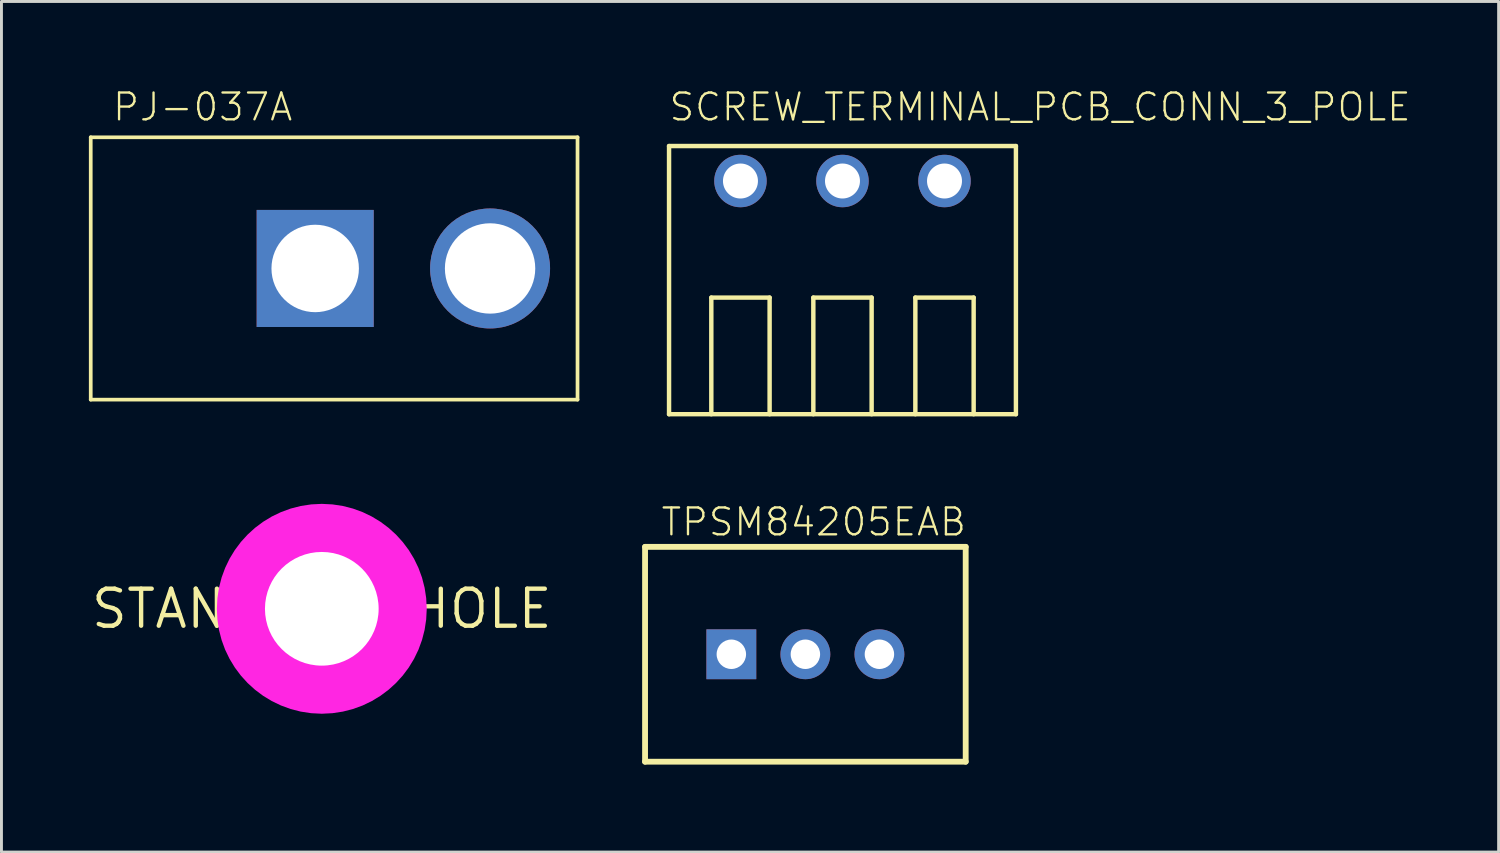
<source format=kicad_pcb>
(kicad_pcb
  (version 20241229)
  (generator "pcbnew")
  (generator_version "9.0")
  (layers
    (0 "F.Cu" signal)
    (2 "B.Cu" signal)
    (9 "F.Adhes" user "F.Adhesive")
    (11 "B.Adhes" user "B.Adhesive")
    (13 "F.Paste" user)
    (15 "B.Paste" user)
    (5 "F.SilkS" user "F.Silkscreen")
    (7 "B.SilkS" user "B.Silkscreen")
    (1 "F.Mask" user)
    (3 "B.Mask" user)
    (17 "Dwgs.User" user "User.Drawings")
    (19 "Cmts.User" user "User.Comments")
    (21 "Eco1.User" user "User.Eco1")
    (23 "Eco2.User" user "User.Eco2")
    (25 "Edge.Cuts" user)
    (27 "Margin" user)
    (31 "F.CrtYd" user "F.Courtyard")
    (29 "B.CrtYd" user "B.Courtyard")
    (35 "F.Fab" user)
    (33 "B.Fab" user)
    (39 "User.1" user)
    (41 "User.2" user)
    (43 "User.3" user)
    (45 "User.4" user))
  (footprint "TPSM84205EAB"
    (layer "F.Cu")
    (at 24.58 19.396)
    (property "Reference" "TPSM84205EAB" (at -5 -4 0) (layer "F.SilkS") (effects (font (size 0.92 0.92) (thickness 0.08)) (justify left bottom)))
    (fp_line (start -5.5 -3.685) (end -5.5 3.685) (stroke (width 0.2) (type solid)) (layer "F.SilkS"))
    (fp_line (start -5.5 -3.685) (end 5.5 -3.685) (stroke (width 0.2) (type solid)) (layer "F.SilkS"))
    (fp_line (start -5.5 3.685) (end 5.5 3.685) (stroke (width 0.2) (type solid)) (layer "F.SilkS"))
    (fp_line (start 5.5 -3.685) (end 5.5 3.685) (stroke (width 0.2) (type solid)) (layer "F.SilkS"))
    (pad "GND" thru_hole circle (at 0 0) (size 1.71 1.71) (drill 1.01) (layers "*.Cu" "*.Mask"))
    (pad "VIN" thru_hole rect (at -2.54 0) (size 1.71 1.71) (drill 1.01) (layers "*.Cu" "*.Mask"))
    (pad "VOUT" thru_hole circle (at 2.54 0) (size 1.71 1.71) (drill 1.01) (layers "*.Cu" "*.Mask")))
  (footprint "SCREW_TERMINAL_PCB_CONN_3_POLE"
    (layer "F.Cu")
    (at 25.853 6.16)
    (property "Reference" "SCREW_TERMINAL_PCB_CONN_3_POLE" (at -6 -5 0) (layer "F.SilkS") (effects (font (size 0.92 0.92) (thickness 0.08)) (justify left bottom)))
    (fp_line (start -5.95 -4.2) (end -5.95 5) (stroke (width 0.152) (type solid)) (layer "F.SilkS"))
    (fp_line (start -5.95 5) (end 5.95 5) (stroke (width 0.152) (type solid)) (layer "F.SilkS"))
    (fp_line (start -4.5 1) (end -2.5 1) (stroke (width 0.152) (type solid)) (layer "F.SilkS"))
    (fp_line (start -4.5 5) (end -4.5 1) (stroke (width 0.152) (type solid)) (layer "F.SilkS"))
    (fp_line (start -2.5 1) (end -2.5 5) (stroke (width 0.152) (type solid)) (layer "F.SilkS"))
    (fp_line (start -1 1) (end 1 1) (stroke (width 0.152) (type solid)) (layer "F.SilkS"))
    (fp_line (start -1 5) (end -1 1) (stroke (width 0.152) (type solid)) (layer "F.SilkS"))
    (fp_line (start 1 1) (end 1 5) (stroke (width 0.152) (type solid)) (layer "F.SilkS"))
    (fp_line (start 2.5 1) (end 4.5 1) (stroke (width 0.152) (type solid)) (layer "F.SilkS"))
    (fp_line (start 2.5 5) (end 2.5 1) (stroke (width 0.152) (type solid)) (layer "F.SilkS"))
    (fp_line (start 4.5 1) (end 4.5 5) (stroke (width 0.152) (type solid)) (layer "F.SilkS"))
    (fp_line (start 5.95 -4.2) (end -5.95 -4.2) (stroke (width 0.152) (type solid)) (layer "F.SilkS"))
    (fp_line (start 5.95 5) (end 5.95 -4.2) (stroke (width 0.152) (type solid)) (layer "F.SilkS"))
    (pad "1" thru_hole circle (at -3.5 -3) (size 1.8 1.8) (drill 1.2) (layers "*.Cu" "*.Mask"))
    (pad "2" thru_hole circle (at 0 -3) (size 1.8 1.8) (drill 1.2) (layers "*.Cu" "*.Mask"))
    (pad "3" thru_hole circle (at 3.5 -3) (size 1.8 1.8) (drill 1.2) (layers "*.Cu" "*.Mask")))
  (footprint "PJ-037A"
    (layer "F.Cu")
    (at 7.763 6.16)
    (property "Reference" "PJ-037A" (at -7 -5 0) (layer "F.SilkS") (effects (font (size 0.92 0.92) (thickness 0.08)) (justify left bottom)))
    (fp_line (start -7.7 -4.5) (end -7.7 4.5) (stroke (width 0.127) (type solid)) (layer "F.SilkS"))
    (fp_line (start -7.7 -4.5) (end 9 -4.5) (stroke (width 0.127) (type solid)) (layer "F.SilkS"))
    (fp_line (start 9 -4.5) (end 9 4.5) (stroke (width 0.127) (type solid)) (layer "F.SilkS"))
    (fp_line (start 9 4.5) (end -7.7 4.5) (stroke (width 0.127) (type solid)) (layer "F.SilkS"))
    (pad "P$1" thru_hole rect (at 0 0) (size 4.016 4.016) (drill 3) (layers "*.Cu" "*.Mask"))
    (pad "P$2" thru_hole circle (at 6 0) (size 4.116 4.116) (drill 3.1) (layers "*.Cu" "*.Mask")))
  (footprint "STANDOFF-HOLE"
    (layer "F.Cu")
    (at 7.99 17.836)
    (property "Reference" "STANDOFF-HOLE" (at 0 0 0) (layer "F.SilkS") (effects (font (size 1.27 1.27) (thickness 0.15))))
    (fp_circle (center 0 0) (end 1.8 0) (stroke (width 3.6) (type solid)) (fill no) (layer "F.CrtYd"))
    (pad "" np_thru_hole circle (at 0 0) (size 3.9 3.9) (drill 3.9) (layers "*.Cu" "*.Mask")))
  (gr_rect
    (start -3 -3)
    (end 48.363 26.181)
    (stroke (width 0.1) (type default))
    (fill no)
    (layer "Edge.Cuts")))
</source>
